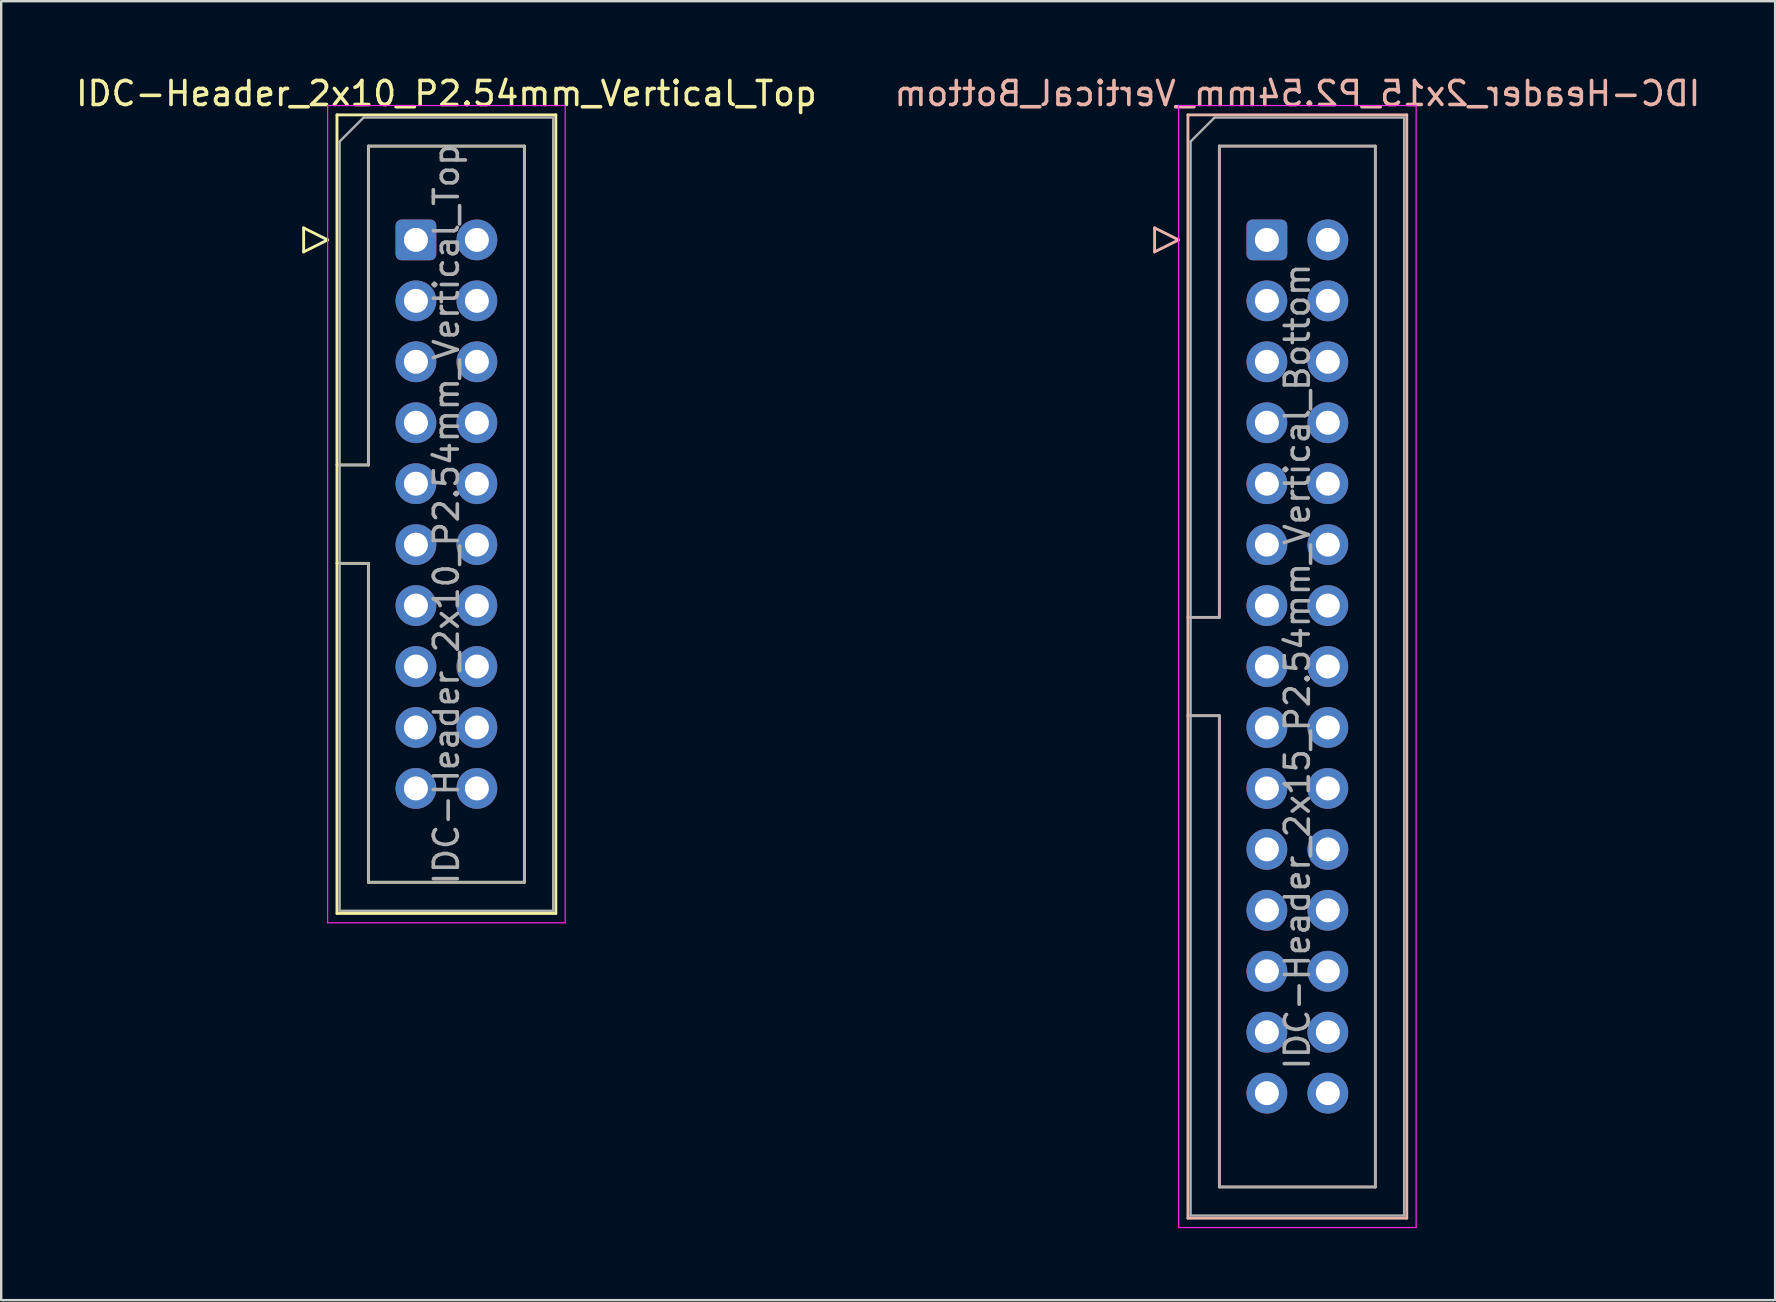
<source format=kicad_pcb>
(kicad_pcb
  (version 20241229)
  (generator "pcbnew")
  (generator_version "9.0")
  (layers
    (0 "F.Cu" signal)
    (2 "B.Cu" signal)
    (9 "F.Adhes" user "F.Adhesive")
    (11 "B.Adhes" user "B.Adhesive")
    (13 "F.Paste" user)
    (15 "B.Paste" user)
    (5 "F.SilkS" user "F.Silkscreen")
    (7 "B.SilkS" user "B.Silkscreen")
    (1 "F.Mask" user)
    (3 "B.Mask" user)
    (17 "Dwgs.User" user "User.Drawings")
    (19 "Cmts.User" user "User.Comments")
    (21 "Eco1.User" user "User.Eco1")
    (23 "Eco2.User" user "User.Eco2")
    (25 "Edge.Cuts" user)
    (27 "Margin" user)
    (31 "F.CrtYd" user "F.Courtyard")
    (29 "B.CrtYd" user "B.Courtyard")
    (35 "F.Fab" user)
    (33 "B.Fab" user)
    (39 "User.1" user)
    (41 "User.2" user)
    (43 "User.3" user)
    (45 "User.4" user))
  (footprint "IDC-Header_2x10_P2.54mm_Vertical_Top"
    (layer "F.Cu")
    (at 14.284 6.948)
    (property "Reference" "IDC-Header_2x10_P2.54mm_Vertical_Top" (at 1.27 -6.1 0) (layer "F.SilkS") (effects (font (size 1 1) (thickness 0.15))))
    (attr through_hole)
    (fp_line (start -4.68 -0.5) (end -4.68 0.5) (stroke (width 0.12) (type solid)) (layer "F.SilkS"))
    (fp_line (start -4.68 0.5) (end -3.68 0) (stroke (width 0.12) (type solid)) (layer "F.SilkS"))
    (fp_line (start -3.68 0) (end -4.68 -0.5) (stroke (width 0.12) (type solid)) (layer "F.SilkS"))
    (fp_line (start -3.29 -5.21) (end 5.83 -5.21) (stroke (width 0.12) (type solid)) (layer "F.SilkS"))
    (fp_line (start -3.29 9.38) (end -1.98 9.38) (stroke (width 0.12) (type solid)) (layer "F.SilkS"))
    (fp_line (start -3.29 28.07) (end -3.29 -5.21) (stroke (width 0.12) (type solid)) (layer "F.SilkS"))
    (fp_line (start -1.98 -3.91) (end 4.52 -3.91) (stroke (width 0.12) (type solid)) (layer "F.SilkS"))
    (fp_line (start -1.98 9.38) (end -1.98 -3.91) (stroke (width 0.12) (type solid)) (layer "F.SilkS"))
    (fp_line (start -1.98 13.48) (end -3.29 13.48) (stroke (width 0.12) (type solid)) (layer "F.SilkS"))
    (fp_line (start -1.98 13.48) (end -1.98 13.48) (stroke (width 0.12) (type solid)) (layer "F.SilkS"))
    (fp_line (start -1.98 26.77) (end -1.98 13.48) (stroke (width 0.12) (type solid)) (layer "F.SilkS"))
    (fp_line (start 4.52 -3.91) (end 4.52 26.77) (stroke (width 0.12) (type solid)) (layer "F.SilkS"))
    (fp_line (start 4.52 26.77) (end -1.98 26.77) (stroke (width 0.12) (type solid)) (layer "F.SilkS"))
    (fp_line (start 5.83 -5.21) (end 5.83 28.07) (stroke (width 0.12) (type solid)) (layer "F.SilkS"))
    (fp_line (start 5.83 28.07) (end -3.29 28.07) (stroke (width 0.12) (type solid)) (layer "F.SilkS"))
    (fp_line (start -3.68 -5.6) (end -3.68 28.46) (stroke (width 0.05) (type solid)) (layer "F.CrtYd"))
    (fp_line (start -3.68 28.46) (end 6.22 28.46) (stroke (width 0.05) (type solid)) (layer "F.CrtYd"))
    (fp_line (start 6.22 -5.6) (end -3.68 -5.6) (stroke (width 0.05) (type solid)) (layer "F.CrtYd"))
    (fp_line (start 6.22 28.46) (end 6.22 -5.6) (stroke (width 0.05) (type solid)) (layer "F.CrtYd"))
    (fp_line (start -3.18 -4.1) (end -2.18 -5.1) (stroke (width 0.1) (type solid)) (layer "F.Fab"))
    (fp_line (start -3.18 9.38) (end -1.98 9.38) (stroke (width 0.1) (type solid)) (layer "F.Fab"))
    (fp_line (start -3.18 27.96) (end -3.18 -4.1) (stroke (width 0.1) (type solid)) (layer "F.Fab"))
    (fp_line (start -2.18 -5.1) (end 5.72 -5.1) (stroke (width 0.1) (type solid)) (layer "F.Fab"))
    (fp_line (start -1.98 -3.91) (end 4.52 -3.91) (stroke (width 0.1) (type solid)) (layer "F.Fab"))
    (fp_line (start -1.98 9.38) (end -1.98 -3.91) (stroke (width 0.1) (type solid)) (layer "F.Fab"))
    (fp_line (start -1.98 13.48) (end -3.18 13.48) (stroke (width 0.1) (type solid)) (layer "F.Fab"))
    (fp_line (start -1.98 13.48) (end -1.98 13.48) (stroke (width 0.1) (type solid)) (layer "F.Fab"))
    (fp_line (start -1.98 26.77) (end -1.98 13.48) (stroke (width 0.1) (type solid)) (layer "F.Fab"))
    (fp_line (start 4.52 -3.91) (end 4.52 26.77) (stroke (width 0.1) (type solid)) (layer "F.Fab"))
    (fp_line (start 4.52 26.77) (end -1.98 26.77) (stroke (width 0.1) (type solid)) (layer "F.Fab"))
    (fp_line (start 5.72 -5.1) (end 5.72 27.96) (stroke (width 0.1) (type solid)) (layer "F.Fab"))
    (fp_line (start 5.72 27.96) (end -3.18 27.96) (stroke (width 0.1) (type solid)) (layer "F.Fab"))
    (fp_text user "${REFERENCE}" (at 1.27 11.43 90) (layer "F.Fab") (effects (font (size 1 1) (thickness 0.15))))
    (pad "1" thru_hole roundrect (at 0 0) (size 1.7 1.7) (drill 1) (layers "*.Cu" "B.Mask") (roundrect_rratio 0.147))
    (pad "2" thru_hole circle (at 2.54 0) (size 1.7 1.7) (drill 1) (layers "*.Cu" "B.Mask"))
    (pad "3" thru_hole circle (at 0 2.54) (size 1.7 1.7) (drill 1) (layers "*.Cu" "B.Mask"))
    (pad "4" thru_hole circle (at 2.54 2.54) (size 1.7 1.7) (drill 1) (layers "*.Cu" "B.Mask"))
    (pad "5" thru_hole circle (at 0 5.08) (size 1.7 1.7) (drill 1) (layers "*.Cu" "B.Mask"))
    (pad "6" thru_hole circle (at 2.54 5.08) (size 1.7 1.7) (drill 1) (layers "*.Cu" "B.Mask"))
    (pad "7" thru_hole circle (at 0 7.62) (size 1.7 1.7) (drill 1) (layers "*.Cu" "B.Mask"))
    (pad "8" thru_hole circle (at 2.54 7.62) (size 1.7 1.7) (drill 1) (layers "*.Cu" "B.Mask"))
    (pad "9" thru_hole circle (at 0 10.16) (size 1.7 1.7) (drill 1) (layers "*.Cu" "B.Mask"))
    (pad "10" thru_hole circle (at 2.54 10.16) (size 1.7 1.7) (drill 1) (layers "*.Cu" "B.Mask"))
    (pad "11" thru_hole circle (at 0 12.7) (size 1.7 1.7) (drill 1) (layers "*.Cu" "B.Mask"))
    (pad "12" thru_hole circle (at 2.54 12.7) (size 1.7 1.7) (drill 1) (layers "*.Cu" "B.Mask"))
    (pad "13" thru_hole circle (at 0 15.24) (size 1.7 1.7) (drill 1) (layers "*.Cu" "B.Mask"))
    (pad "14" thru_hole circle (at 2.54 15.24) (size 1.7 1.7) (drill 1) (layers "*.Cu" "B.Mask"))
    (pad "15" thru_hole circle (at 0 17.78) (size 1.7 1.7) (drill 1) (layers "*.Cu" "B.Mask"))
    (pad "16" thru_hole circle (at 2.54 17.78) (size 1.7 1.7) (drill 1) (layers "*.Cu" "B.Mask"))
    (pad "17" thru_hole circle (at 0 20.32) (size 1.7 1.7) (drill 1) (layers "*.Cu" "B.Mask"))
    (pad "18" thru_hole circle (at 2.54 20.32) (size 1.7 1.7) (drill 1) (layers "*.Cu" "B.Mask"))
    (pad "19" thru_hole circle (at 0 22.86) (size 1.7 1.7) (drill 1) (layers "*.Cu" "B.Mask"))
    (pad "20" thru_hole circle (at 2.54 22.86) (size 1.7 1.7) (drill 1) (layers "*.Cu" "B.Mask")))
  (footprint "IDC-Header_2x15_P2.54mm_Vertical_Bottom"
    (layer "F.Cu")
    (at 49.748 6.948)
    (property "Reference" "IDC-Header_2x15_P2.54mm_Vertical_Bottom" (at 1.27 -6.1 0) (layer "B.SilkS") (effects (font (size 1 1) (thickness 0.15)) (justify mirror)))
    (attr through_hole)
    (fp_line (start -4.68 -0.5) (end -4.68 0.5) (stroke (width 0.12) (type solid)) (layer "B.SilkS"))
    (fp_line (start -4.68 0.5) (end -3.68 0) (stroke (width 0.12) (type solid)) (layer "B.SilkS"))
    (fp_line (start -3.68 0) (end -4.68 -0.5) (stroke (width 0.12) (type solid)) (layer "B.SilkS"))
    (fp_line (start -3.29 -5.21) (end 5.83 -5.21) (stroke (width 0.12) (type solid)) (layer "B.SilkS"))
    (fp_line (start -3.29 15.73) (end -1.98 15.73) (stroke (width 0.12) (type solid)) (layer "B.SilkS"))
    (fp_line (start -3.29 40.77) (end -3.29 -5.21) (stroke (width 0.12) (type solid)) (layer "B.SilkS"))
    (fp_line (start -1.98 -3.91) (end 4.52 -3.91) (stroke (width 0.12) (type solid)) (layer "B.SilkS"))
    (fp_line (start -1.98 15.73) (end -1.98 -3.91) (stroke (width 0.12) (type solid)) (layer "B.SilkS"))
    (fp_line (start -1.98 19.83) (end -3.29 19.83) (stroke (width 0.12) (type solid)) (layer "B.SilkS"))
    (fp_line (start -1.98 39.47) (end -1.98 19.83) (stroke (width 0.12) (type solid)) (layer "B.SilkS"))
    (fp_line (start 4.52 -3.91) (end 4.52 39.47) (stroke (width 0.12) (type solid)) (layer "B.SilkS"))
    (fp_line (start 4.52 39.47) (end -1.98 39.47) (stroke (width 0.12) (type solid)) (layer "B.SilkS"))
    (fp_line (start 5.83 -5.21) (end 5.83 40.77) (stroke (width 0.12) (type solid)) (layer "B.SilkS"))
    (fp_line (start 5.83 40.77) (end -3.29 40.77) (stroke (width 0.12) (type solid)) (layer "B.SilkS"))
    (fp_line (start -3.68 -5.6) (end -3.68 41.16) (stroke (width 0.05) (type solid)) (layer "F.CrtYd"))
    (fp_line (start -3.68 41.16) (end 6.22 41.16) (stroke (width 0.05) (type solid)) (layer "F.CrtYd"))
    (fp_line (start 6.22 -5.6) (end -3.68 -5.6) (stroke (width 0.05) (type solid)) (layer "F.CrtYd"))
    (fp_line (start 6.22 41.16) (end 6.22 -5.6) (stroke (width 0.05) (type solid)) (layer "F.CrtYd"))
    (fp_line (start -3.18 -4.1) (end -2.18 -5.1) (stroke (width 0.1) (type solid)) (layer "F.Fab"))
    (fp_line (start -3.18 15.73) (end -1.98 15.73) (stroke (width 0.1) (type solid)) (layer "F.Fab"))
    (fp_line (start -3.18 40.66) (end -3.18 -4.1) (stroke (width 0.1) (type solid)) (layer "F.Fab"))
    (fp_line (start -2.18 -5.1) (end 5.72 -5.1) (stroke (width 0.1) (type solid)) (layer "F.Fab"))
    (fp_line (start -1.98 -3.91) (end 4.52 -3.91) (stroke (width 0.1) (type solid)) (layer "F.Fab"))
    (fp_line (start -1.98 15.73) (end -1.98 -3.91) (stroke (width 0.1) (type solid)) (layer "F.Fab"))
    (fp_line (start -1.98 19.83) (end -3.18 19.83) (stroke (width 0.1) (type solid)) (layer "F.Fab"))
    (fp_line (start -1.98 19.83) (end -1.98 19.83) (stroke (width 0.1) (type solid)) (layer "F.Fab"))
    (fp_line (start -1.98 39.47) (end -1.98 19.83) (stroke (width 0.1) (type solid)) (layer "F.Fab"))
    (fp_line (start 4.52 -3.91) (end 4.52 39.47) (stroke (width 0.1) (type solid)) (layer "F.Fab"))
    (fp_line (start 4.52 39.47) (end -1.98 39.47) (stroke (width 0.1) (type solid)) (layer "F.Fab"))
    (fp_line (start 5.72 -5.1) (end 5.72 40.66) (stroke (width 0.1) (type solid)) (layer "F.Fab"))
    (fp_line (start 5.72 40.66) (end -3.18 40.66) (stroke (width 0.1) (type solid)) (layer "F.Fab"))
    (fp_text user "${REFERENCE}" (at 1.27 17.78 90) (layer "F.Fab") (effects (font (size 1 1) (thickness 0.15))))
    (pad "1" thru_hole roundrect (at 0 0) (size 1.7 1.7) (drill 1) (layers "*.Cu" "F.Mask") (roundrect_rratio 0.147))
    (pad "2" thru_hole circle (at 2.54 0) (size 1.7 1.7) (drill 1) (layers "*.Cu" "F.Mask"))
    (pad "3" thru_hole circle (at 0 2.54) (size 1.7 1.7) (drill 1) (layers "*.Cu" "F.Mask"))
    (pad "4" thru_hole circle (at 2.54 2.54) (size 1.7 1.7) (drill 1) (layers "*.Cu" "F.Mask"))
    (pad "5" thru_hole circle (at 0 5.08) (size 1.7 1.7) (drill 1) (layers "*.Cu" "F.Mask"))
    (pad "6" thru_hole circle (at 2.54 5.08) (size 1.7 1.7) (drill 1) (layers "*.Cu" "F.Mask"))
    (pad "7" thru_hole circle (at 0 7.62) (size 1.7 1.7) (drill 1) (layers "*.Cu" "F.Mask"))
    (pad "8" thru_hole circle (at 2.54 7.62) (size 1.7 1.7) (drill 1) (layers "*.Cu" "F.Mask"))
    (pad "9" thru_hole circle (at 0 10.16) (size 1.7 1.7) (drill 1) (layers "*.Cu" "F.Mask"))
    (pad "10" thru_hole circle (at 2.54 10.16) (size 1.7 1.7) (drill 1) (layers "*.Cu" "F.Mask"))
    (pad "11" thru_hole circle (at 0 12.7) (size 1.7 1.7) (drill 1) (layers "*.Cu" "F.Mask"))
    (pad "12" thru_hole circle (at 2.54 12.7) (size 1.7 1.7) (drill 1) (layers "*.Cu" "F.Mask"))
    (pad "13" thru_hole circle (at 0 15.24) (size 1.7 1.7) (drill 1) (layers "*.Cu" "F.Mask"))
    (pad "14" thru_hole circle (at 2.54 15.24) (size 1.7 1.7) (drill 1) (layers "*.Cu" "F.Mask"))
    (pad "15" thru_hole circle (at 0 17.78) (size 1.7 1.7) (drill 1) (layers "*.Cu" "F.Mask"))
    (pad "16" thru_hole circle (at 2.54 17.78) (size 1.7 1.7) (drill 1) (layers "*.Cu" "F.Mask"))
    (pad "17" thru_hole circle (at 0 20.32) (size 1.7 1.7) (drill 1) (layers "*.Cu" "F.Mask"))
    (pad "18" thru_hole circle (at 2.54 20.32) (size 1.7 1.7) (drill 1) (layers "*.Cu" "F.Mask"))
    (pad "19" thru_hole circle (at 0 22.86) (size 1.7 1.7) (drill 1) (layers "*.Cu" "F.Mask"))
    (pad "20" thru_hole circle (at 2.54 22.86) (size 1.7 1.7) (drill 1) (layers "*.Cu" "F.Mask"))
    (pad "21" thru_hole circle (at 0 25.4) (size 1.7 1.7) (drill 1) (layers "*.Cu" "F.Mask"))
    (pad "22" thru_hole circle (at 2.54 25.4) (size 1.7 1.7) (drill 1) (layers "*.Cu" "F.Mask"))
    (pad "23" thru_hole circle (at 0 27.94) (size 1.7 1.7) (drill 1) (layers "*.Cu" "F.Mask"))
    (pad "24" thru_hole circle (at 2.54 27.94) (size 1.7 1.7) (drill 1) (layers "*.Cu" "F.Mask"))
    (pad "25" thru_hole circle (at 0 30.48) (size 1.7 1.7) (drill 1) (layers "*.Cu" "F.Mask"))
    (pad "26" thru_hole circle (at 2.54 30.48) (size 1.7 1.7) (drill 1) (layers "*.Cu" "F.Mask"))
    (pad "27" thru_hole circle (at 0 33.02) (size 1.7 1.7) (drill 1) (layers "*.Cu" "F.Mask"))
    (pad "28" thru_hole circle (at 2.54 33.02) (size 1.7 1.7) (drill 1) (layers "*.Cu" "F.Mask"))
    (pad "29" thru_hole circle (at 0 35.56) (size 1.7 1.7) (drill 1) (layers "*.Cu" "F.Mask"))
    (pad "30" thru_hole circle (at 2.54 35.56) (size 1.7 1.7) (drill 1) (layers "*.Cu" "F.Mask")))
  (gr_rect
    (start -3 -3)
    (end 70.929 51.133)
    (stroke (width 0.1) (type default))
    (fill no)
    (layer "Edge.Cuts")))
</source>
